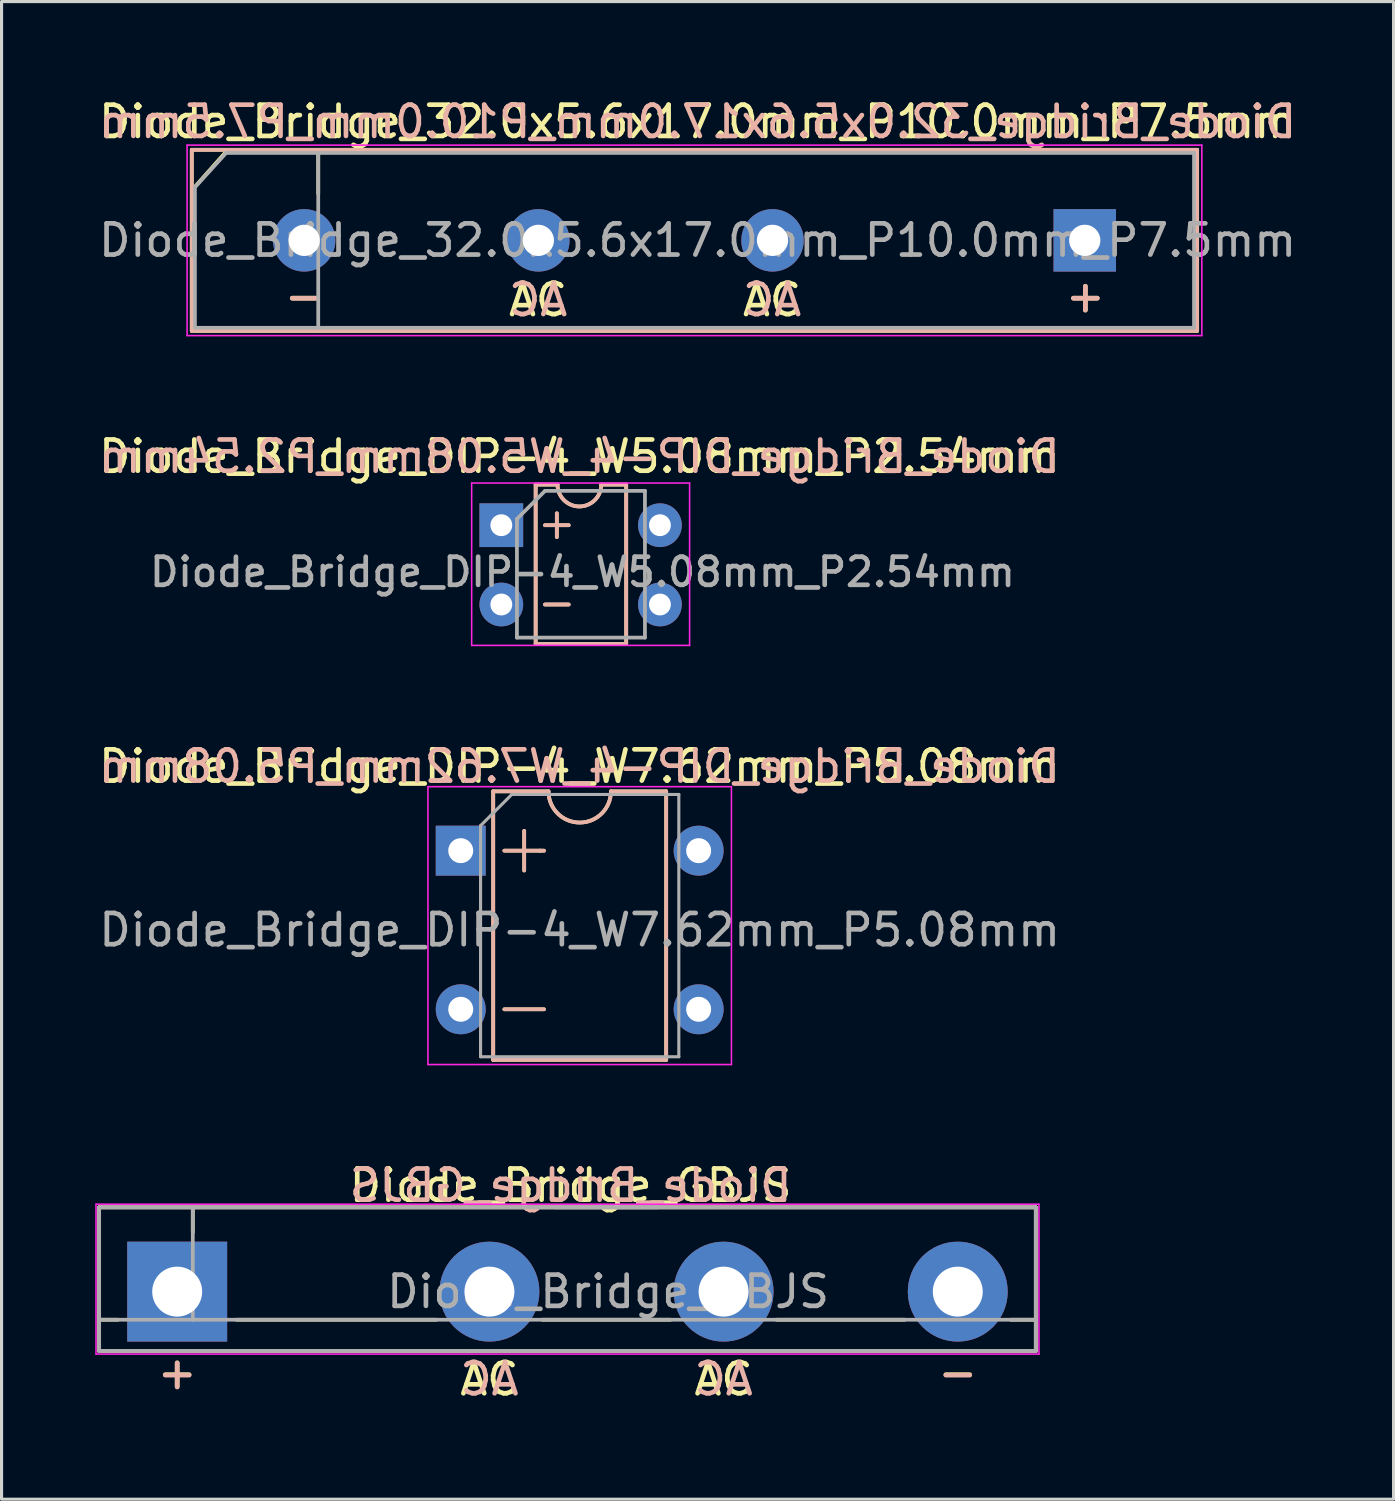
<source format=kicad_pcb>
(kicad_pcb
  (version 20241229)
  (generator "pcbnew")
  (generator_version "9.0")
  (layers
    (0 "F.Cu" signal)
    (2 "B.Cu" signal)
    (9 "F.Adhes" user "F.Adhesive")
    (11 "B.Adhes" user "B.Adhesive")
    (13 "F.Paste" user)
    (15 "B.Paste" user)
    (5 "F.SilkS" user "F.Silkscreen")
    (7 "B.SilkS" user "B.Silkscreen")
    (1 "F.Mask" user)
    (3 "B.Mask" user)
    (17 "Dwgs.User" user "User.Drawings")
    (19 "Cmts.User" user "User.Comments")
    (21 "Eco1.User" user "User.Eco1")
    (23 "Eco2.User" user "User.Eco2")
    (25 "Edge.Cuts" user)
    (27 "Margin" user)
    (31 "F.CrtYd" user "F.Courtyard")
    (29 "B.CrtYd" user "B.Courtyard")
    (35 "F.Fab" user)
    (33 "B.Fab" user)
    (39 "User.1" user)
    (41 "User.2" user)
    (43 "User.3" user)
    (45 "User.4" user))
  (footprint "Diode_Bridge_DIP-4_W7.62mm_P5.08mm"
    (layer "F.Cu")
    (at 11.706 24.195)
    (property "Reference" "Diode_Bridge_DIP-4_W7.62mm_P5.08mm" (at 3.8 -2.7 0) (layer "F.SilkS") (effects (font (size 1 1) (thickness 0.15))))
    (fp_line (start 1.04 -1.9) (end 1.04 6.7) (stroke (width 0.12) (type solid)) (layer "F.SilkS"))
    (fp_line (start 1.04 6.7) (end 6.58 6.7) (stroke (width 0.12) (type solid)) (layer "F.SilkS"))
    (fp_line (start 1.397 0) (end 2.54 0) (stroke (width 0.12) (type solid)) (layer "F.SilkS"))
    (fp_line (start 2.032 0) (end 2.032 -0.635) (stroke (width 0.12) (type solid)) (layer "F.SilkS"))
    (fp_line (start 2.032 0) (end 2.032 0.635) (stroke (width 0.12) (type solid)) (layer "F.SilkS"))
    (fp_line (start 2.54 0) (end 2.667 0) (stroke (width 0.12) (type solid)) (layer "F.SilkS"))
    (fp_line (start 2.667 5.08) (end 1.397 5.08) (stroke (width 0.12) (type solid)) (layer "F.SilkS"))
    (fp_line (start 2.81 -1.9) (end 1.04 -1.9) (stroke (width 0.12) (type solid)) (layer "F.SilkS"))
    (fp_line (start 6.58 -1.9) (end 4.81 -1.9) (stroke (width 0.12) (type solid)) (layer "F.SilkS"))
    (fp_line (start 6.58 6.7) (end 6.58 -1.9) (stroke (width 0.12) (type solid)) (layer "F.SilkS"))
    (fp_arc (start 4.81 -1.9) (mid 3.81 -0.9) (end 2.81 -1.9) (stroke (width 0.12) (type solid)) (layer "F.SilkS"))
    (fp_line (start 1.041 -1.9) (end 1.041 6.7) (stroke (width 0.12) (type solid)) (layer "B.SilkS"))
    (fp_line (start 1.041 6.7) (end 6.581 6.7) (stroke (width 0.12) (type solid)) (layer "B.SilkS"))
    (fp_line (start 1.398 0) (end 2.541 0) (stroke (width 0.12) (type solid)) (layer "B.SilkS"))
    (fp_line (start 2.033 0) (end 2.033 -0.635) (stroke (width 0.12) (type solid)) (layer "B.SilkS"))
    (fp_line (start 2.033 0) (end 2.033 0.635) (stroke (width 0.12) (type solid)) (layer "B.SilkS"))
    (fp_line (start 2.541 0) (end 2.668 0) (stroke (width 0.12) (type solid)) (layer "B.SilkS"))
    (fp_line (start 2.668 5.08) (end 1.398 5.08) (stroke (width 0.12) (type solid)) (layer "B.SilkS"))
    (fp_line (start 2.811 -1.9) (end 1.041 -1.9) (stroke (width 0.12) (type solid)) (layer "B.SilkS"))
    (fp_line (start 6.581 -1.9) (end 4.811 -1.9) (stroke (width 0.12) (type solid)) (layer "B.SilkS"))
    (fp_line (start 6.581 6.7) (end 6.581 -1.9) (stroke (width 0.12) (type solid)) (layer "B.SilkS"))
    (fp_arc (start 4.8114 -1.9) (mid 3.8114 -0.9) (end 2.8114 -1.9) (stroke (width 0.12) (type solid)) (layer "B.SilkS"))
    (fp_line (start -1.05 -2.05) (end -1.05 6.85) (stroke (width 0.05) (type solid)) (layer "F.CrtYd"))
    (fp_line (start -1.05 -2.05) (end 8.67 -2.05) (stroke (width 0.05) (type solid)) (layer "F.CrtYd"))
    (fp_line (start 8.67 6.85) (end -1.05 6.85) (stroke (width 0.05) (type solid)) (layer "F.CrtYd"))
    (fp_line (start 8.67 6.85) (end 8.67 -2.05) (stroke (width 0.05) (type solid)) (layer "F.CrtYd"))
    (fp_line (start 0.635 -0.8) (end 1.635 -1.8) (stroke (width 0.1) (type solid)) (layer "F.Fab"))
    (fp_line (start 0.635 6.6) (end 0.635 -0.8) (stroke (width 0.1) (type solid)) (layer "F.Fab"))
    (fp_line (start 1.635 -1.8) (end 6.985 -1.8) (stroke (width 0.1) (type solid)) (layer "F.Fab"))
    (fp_line (start 6.985 -1.8) (end 6.985 6.6) (stroke (width 0.1) (type solid)) (layer "F.Fab"))
    (fp_line (start 6.985 6.6) (end 0.635 6.6) (stroke (width 0.1) (type solid)) (layer "F.Fab"))
    (fp_text user "${REFERENCE}" (at 3.8 -2.7 0) (layer "B.SilkS") (effects (font (size 1 1) (thickness 0.15)) (justify mirror)))
    (fp_text user "${REFERENCE}" (at 3.81 2.54 0) (layer "F.Fab") (effects (font (size 1 1) (thickness 0.15))))
    (pad "1" thru_hole rect (at 0 0) (size 1.6 1.6) (drill 0.8) (layers "*.Cu" "*.Mask"))
    (pad "2" thru_hole oval (at 0 5.08) (size 1.6 1.6) (drill 0.8) (layers "*.Cu" "*.Mask"))
    (pad "3" thru_hole oval (at 7.62 5.08) (size 1.6 1.6) (drill 0.8) (layers "*.Cu" "*.Mask"))
    (pad "4" thru_hole oval (at 7.62 0) (size 1.6 1.6) (drill 0.8) (layers "*.Cu" "*.Mask")))
  (footprint "Diode_Bridge_32.0x5.6x17.0mm_P10.0mm_P7.5mm"
    (layer "F.Cu")
    (at 31.692 4.648)
    (property "Reference" "Diode_Bridge_32.0x5.6x17.0mm_P10.0mm_P7.5mm" (at -12.4 -3.8 180) (layer "F.SilkS") (effects (font (size 1 1) (thickness 0.15))))
    (fp_line (start -28.6 -2.9) (end 3.6 -2.9) (stroke (width 0.12) (type solid)) (layer "F.SilkS"))
    (fp_line (start -28.6 2.9) (end -28.6 -2.9) (stroke (width 0.12) (type solid)) (layer "F.SilkS"))
    (fp_line (start -28.556 -1.651) (end -27.54 -2.794) (stroke (width 0.12) (type solid)) (layer "F.SilkS"))
    (fp_line (start -24.55 -2.9) (end -24.55 -1.5) (stroke (width 0.12) (type solid)) (layer "F.SilkS"))
    (fp_line (start 3.6 -2.9) (end 3.6 2.9) (stroke (width 0.12) (type solid)) (layer "F.SilkS"))
    (fp_line (start 3.6 2.9) (end -28.6 2.9) (stroke (width 0.12) (type solid)) (layer "F.SilkS"))
    (fp_line (start -28.6 -2.9) (end 3.6 -2.9) (stroke (width 0.12) (type solid)) (layer "B.SilkS"))
    (fp_line (start -28.6 2.9) (end -28.6 -2.9) (stroke (width 0.12) (type solid)) (layer "B.SilkS"))
    (fp_line (start 3.6 -2.9) (end 3.6 2.9) (stroke (width 0.12) (type solid)) (layer "B.SilkS"))
    (fp_line (start 3.6 2.9) (end -28.6 2.9) (stroke (width 0.12) (type solid)) (layer "B.SilkS"))
    (fp_line (start -28.75 -3.05) (end 3.75 -3.05) (stroke (width 0.05) (type solid)) (layer "F.CrtYd"))
    (fp_line (start -28.75 3.05) (end -28.75 -3.05) (stroke (width 0.05) (type solid)) (layer "F.CrtYd"))
    (fp_line (start 3.75 -3.05) (end 3.75 3.05) (stroke (width 0.05) (type solid)) (layer "F.CrtYd"))
    (fp_line (start 3.75 3.05) (end -28.75 3.05) (stroke (width 0.05) (type solid)) (layer "F.CrtYd"))
    (fp_line (start -28.5 -1.7) (end -28.5 2.8) (stroke (width 0.12) (type solid)) (layer "F.Fab"))
    (fp_line (start -28.5 2.8) (end 3.5 2.8) (stroke (width 0.12) (type solid)) (layer "F.Fab"))
    (fp_line (start -27.5 -2.8) (end -28.5 -1.7) (stroke (width 0.12) (type solid)) (layer "F.Fab"))
    (fp_line (start -24.55 -2.8) (end -24.55 2.8) (stroke (width 0.12) (type solid)) (layer "F.Fab"))
    (fp_line (start 3.5 -2.8) (end -27.5 -2.8) (stroke (width 0.12) (type solid)) (layer "F.Fab"))
    (fp_line (start 3.5 2.8) (end 3.5 -2.8) (stroke (width 0.12) (type solid)) (layer "F.Fab"))
    (fp_text user "AC" (at -17.507 1.905 0) (layer "F.SilkS") (effects (font (size 1 1) (thickness 0.15))))
    (fp_text user "-" (at -25 1.778 0) (layer "F.SilkS") (effects (font (size 1 1) (thickness 0.15))))
    (fp_text user "AC" (at -10.014 1.905 0) (layer "F.SilkS") (effects (font (size 1 1) (thickness 0.15))))
    (fp_text user "+" (at 0.019 1.778 0) (layer "F.SilkS") (effects (font (size 1 1) (thickness 0.15))))
    (fp_text user "+" (at 0.019 1.778 0) (layer "B.SilkS") (effects (font (size 1 1) (thickness 0.15)) (justify mirror)))
    (fp_text user "AC" (at -17.507 1.905 0) (layer "B.SilkS") (effects (font (size 1 1) (thickness 0.15)) (justify mirror)))
    (fp_text user "-" (at -25 1.778 0) (layer "B.SilkS") (effects (font (size 1 1) (thickness 0.15)) (justify mirror)))
    (fp_text user "${REFERENCE}" (at -12.4 -3.8 0) (layer "B.SilkS") (effects (font (size 1 1) (thickness 0.15)) (justify mirror)))
    (fp_text user "AC" (at -10.014 1.905 0) (layer "B.SilkS") (effects (font (size 1 1) (thickness 0.15)) (justify mirror)))
    (fp_text user "${REFERENCE}" (at -12.4 0 180) (layer "F.Fab") (effects (font (size 1 1) (thickness 0.15))))
    (pad "1" thru_hole rect (at 0 0) (size 2 2) (drill 1) (layers "*.Cu" "*.Mask"))
    (pad "2" thru_hole circle (at -10 0) (size 2 2) (drill 1) (layers "*.Cu" "*.Mask"))
    (pad "3" thru_hole circle (at -17.5 0) (size 2 2) (drill 1) (layers "*.Cu" "*.Mask"))
    (pad "4" thru_hole circle (at -25 0) (size 2 2) (drill 1) (layers "*.Cu" "*.Mask")))
  (footprint "Diode_Bridge_GBJS"
    (layer "F.Cu")
    (at 2.625 38.318)
    (property "Reference" "Diode_Bridge_GBJS" (at 12.6 -3.4 0) (layer "F.SilkS") (effects (font (size 1 1) (thickness 0.15))))
    (fp_line (start -2.5 -2.7) (end -2.5 1.9) (stroke (width 0.12) (type solid)) (layer "F.SilkS"))
    (fp_line (start -2.5 -2.7) (end 27.5 -2.7) (stroke (width 0.12) (type solid)) (layer "F.SilkS"))
    (fp_line (start -1.9 0.9) (end -2.5 0.9) (stroke (width 0.12) (type solid)) (layer "F.SilkS"))
    (fp_line (start 0.5 -2.7) (end 0.5 -1.9) (stroke (width 0.12) (type solid)) (layer "F.SilkS"))
    (fp_line (start 8.3 0.9) (end 1.9 0.9) (stroke (width 0.12) (type solid)) (layer "F.SilkS"))
    (fp_line (start 15.8 0.9) (end 11.7 0.9) (stroke (width 0.12) (type solid)) (layer "F.SilkS"))
    (fp_line (start 23.3 0.9) (end 19.2 0.9) (stroke (width 0.12) (type solid)) (layer "F.SilkS"))
    (fp_line (start 27.5 -2.7) (end 27.5 1.9) (stroke (width 0.12) (type solid)) (layer "F.SilkS"))
    (fp_line (start 27.5 0.9) (end 26.7 0.9) (stroke (width 0.12) (type solid)) (layer "F.SilkS"))
    (fp_line (start 27.5 1.9) (end -2.5 1.9) (stroke (width 0.12) (type solid)) (layer "F.SilkS"))
    (fp_line (start -2.5 -2.7) (end -2.5 1.9) (stroke (width 0.12) (type solid)) (layer "B.SilkS"))
    (fp_line (start -2.5 1.9) (end 27.5 1.9) (stroke (width 0.12) (type solid)) (layer "B.SilkS"))
    (fp_line (start 27.5 -2.7) (end -2.5 -2.7) (stroke (width 0.12) (type solid)) (layer "B.SilkS"))
    (fp_line (start 27.5 -2.7) (end 27.5 1.9) (stroke (width 0.12) (type solid)) (layer "B.SilkS"))
    (fp_line (start -2.6 -2.8) (end -2.6 2) (stroke (width 0.05) (type solid)) (layer "F.CrtYd"))
    (fp_line (start -2.6 2) (end 27.6 2) (stroke (width 0.05) (type solid)) (layer "F.CrtYd"))
    (fp_line (start 27.6 -2.8) (end -2.6 -2.8) (stroke (width 0.05) (type solid)) (layer "F.CrtYd"))
    (fp_line (start 27.6 2) (end 27.6 -2.8) (stroke (width 0.05) (type solid)) (layer "F.CrtYd"))
    (fp_line (start -2.5 -2.7) (end 27.5 -2.7) (stroke (width 0.12) (type solid)) (layer "F.Fab"))
    (fp_line (start -2.5 0.9) (end 27.5 0.9) (stroke (width 0.12) (type solid)) (layer "F.Fab"))
    (fp_line (start -2.5 1.9) (end -2.5 -2.7) (stroke (width 0.12) (type solid)) (layer "F.Fab"))
    (fp_line (start 0.5 -2.7) (end 0.5 0.9) (stroke (width 0.12) (type solid)) (layer "F.Fab"))
    (fp_line (start 12.1 -2.7) (end 15.4 -2.7) (stroke (width 0.12) (type solid)) (layer "F.Fab"))
    (fp_line (start 27.5 -2.7) (end 27.5 1.9) (stroke (width 0.12) (type solid)) (layer "F.Fab"))
    (fp_line (start 27.5 1.9) (end -2.5 1.9) (stroke (width 0.12) (type solid)) (layer "F.Fab"))
    (fp_text user "AC" (at 10 2.8 0) (layer "F.SilkS") (effects (font (size 1 1) (thickness 0.15))))
    (fp_text user "AC" (at 17.5 2.8 0) (layer "F.SilkS") (effects (font (size 1 1) (thickness 0.15))))
    (fp_text user "+" (at 0 2.586 0) (layer "F.SilkS") (effects (font (size 1 1) (thickness 0.15))))
    (fp_text user "-" (at 25 2.586 0) (layer "F.SilkS") (effects (font (size 1 1) (thickness 0.15))))
    (fp_text user "-" (at 25 2.6 0) (layer "B.SilkS") (effects (font (size 1 1) (thickness 0.15)) (justify mirror)))
    (fp_text user "${REFERENCE}" (at 12.6 -3.4 0) (layer "B.SilkS") (effects (font (size 1 1) (thickness 0.15)) (justify mirror)))
    (fp_text user "AC" (at 10 2.8 0) (layer "B.SilkS") (effects (font (size 1 1) (thickness 0.15)) (justify mirror)))
    (fp_text user "+" (at 0 2.6 0) (layer "B.SilkS") (effects (font (size 1 1) (thickness 0.15)) (justify mirror)))
    (fp_text user "AC" (at 17.5 2.8 0) (layer "B.SilkS") (effects (font (size 1 1) (thickness 0.15)) (justify mirror)))
    (fp_text user "${REFERENCE}" (at 13.8 0 0) (layer "F.Fab") (effects (font (size 1 1) (thickness 0.15))))
    (pad "1" thru_hole rect (at 0 0 180) (size 3.2 3.2) (drill 1.6) (layers "*.Cu" "*.Mask"))
    (pad "2" thru_hole circle (at 10 0 180) (size 3.2 3.2) (drill 1.6) (layers "*.Cu" "*.Mask"))
    (pad "3" thru_hole circle (at 17.5 0 180) (size 3.2 3.2) (drill 1.6) (layers "*.Cu" "*.Mask"))
    (pad "4" thru_hole circle (at 25 0 180) (size 3.2 3.2) (drill 1.6) (layers "*.Cu" "*.Mask")))
  (footprint "Diode_Bridge_DIP-4_W5.08mm_P2.54mm"
    (layer "F.Cu")
    (at 13.006 13.771)
    (property "Reference" "Diode_Bridge_DIP-4_W5.08mm_P2.54mm" (at 2.5 -2.2 0) (layer "F.SilkS") (effects (font (size 1 1) (thickness 0.15))))
    (fp_line (start 1.1 -1.3) (end 1.1 3.8) (stroke (width 0.12) (type solid)) (layer "F.SilkS"))
    (fp_line (start 1.1 3.8) (end 4 3.8) (stroke (width 0.12) (type solid)) (layer "F.SilkS"))
    (fp_line (start 1.397 0) (end 2.159 0) (stroke (width 0.12) (type solid)) (layer "F.SilkS"))
    (fp_line (start 1.397 2.54) (end 2.159 2.54) (stroke (width 0.12) (type solid)) (layer "F.SilkS"))
    (fp_line (start 1.778 -0.381) (end 1.778 0.381) (stroke (width 0.12) (type solid)) (layer "F.SilkS"))
    (fp_line (start 1.8 -1.3) (end 1.1 -1.3) (stroke (width 0.12) (type solid)) (layer "F.SilkS"))
    (fp_line (start 4 -1.3) (end 3.2 -1.3) (stroke (width 0.12) (type solid)) (layer "F.SilkS"))
    (fp_line (start 4 3.8) (end 4 -1.3) (stroke (width 0.12) (type solid)) (layer "F.SilkS"))
    (fp_arc (start 3.2 -1.3) (mid 2.5 -0.6) (end 1.8 -1.3) (stroke (width 0.12) (type solid)) (layer "F.SilkS"))
    (fp_line (start 1.1 -1.3) (end 1.1 3.8) (stroke (width 0.12) (type solid)) (layer "B.SilkS"))
    (fp_line (start 1.1 3.8) (end 4 3.8) (stroke (width 0.12) (type solid)) (layer "B.SilkS"))
    (fp_line (start 1.397 0) (end 2.159 0) (stroke (width 0.12) (type solid)) (layer "B.SilkS"))
    (fp_line (start 1.397 2.54) (end 2.159 2.54) (stroke (width 0.12) (type solid)) (layer "B.SilkS"))
    (fp_line (start 1.778 -0.381) (end 1.778 0.381) (stroke (width 0.12) (type solid)) (layer "B.SilkS"))
    (fp_line (start 1.8 -1.3) (end 1.1 -1.3) (stroke (width 0.12) (type solid)) (layer "B.SilkS"))
    (fp_line (start 4 -1.3) (end 3.2 -1.3) (stroke (width 0.12) (type solid)) (layer "B.SilkS"))
    (fp_line (start 4 3.8) (end 4 -1.3) (stroke (width 0.12) (type solid)) (layer "B.SilkS"))
    (fp_arc (start 3.2 -1.3) (mid 2.5 -0.6) (end 1.8 -1.3) (stroke (width 0.12) (type solid)) (layer "B.SilkS"))
    (fp_line (start -0.95 -1.35) (end -0.95 3.85) (stroke (width 0.05) (type solid)) (layer "F.CrtYd"))
    (fp_line (start -0.95 -1.35) (end 6.03 -1.35) (stroke (width 0.05) (type solid)) (layer "F.CrtYd"))
    (fp_line (start 6.03 3.85) (end -0.95 3.85) (stroke (width 0.05) (type solid)) (layer "F.CrtYd"))
    (fp_line (start 6.03 3.85) (end 6.03 -1.35) (stroke (width 0.05) (type solid)) (layer "F.CrtYd"))
    (fp_line (start 0.5 -0.2) (end 1.4 -1.1) (stroke (width 0.12) (type solid)) (layer "F.Fab"))
    (fp_line (start 0.5 3.6) (end 0.5 -0.2) (stroke (width 0.12) (type solid)) (layer "F.Fab"))
    (fp_line (start 1.4 -1.1) (end 4.6 -1.1) (stroke (width 0.12) (type solid)) (layer "F.Fab"))
    (fp_line (start 4.6 -1.1) (end 4.6 3.6) (stroke (width 0.12) (type solid)) (layer "F.Fab"))
    (fp_line (start 4.6 3.6) (end 0.5 3.6) (stroke (width 0.12) (type solid)) (layer "F.Fab"))
    (fp_text user "${REFERENCE}" (at 2.5 -2.2 0) (layer "B.SilkS") (effects (font (size 1 1) (thickness 0.15)) (justify mirror)))
    (fp_text user "${REFERENCE}" (at 2.6 1.5 0) (layer "F.Fab") (effects (font (size 0.9 0.9) (thickness 0.15))))
    (pad "1" thru_hole rect (at 0 0) (size 1.4 1.4) (drill 0.7) (layers "*.Cu" "*.Mask"))
    (pad "2" thru_hole circle (at 0 2.54) (size 1.4 1.4) (drill 0.7) (layers "*.Cu" "*.Mask"))
    (pad "3" thru_hole circle (at 5.08 2.54) (size 1.4 1.4) (drill 0.7) (layers "*.Cu" "*.Mask"))
    (pad "4" thru_hole circle (at 5.08 0) (size 1.4 1.4) (drill 0.7) (layers "*.Cu" "*.Mask")))
  (gr_rect
    (start -3 -3)
    (end 41.583 44.966)
    (stroke (width 0.1) (type default))
    (fill no)
    (layer "Edge.Cuts")))
</source>
